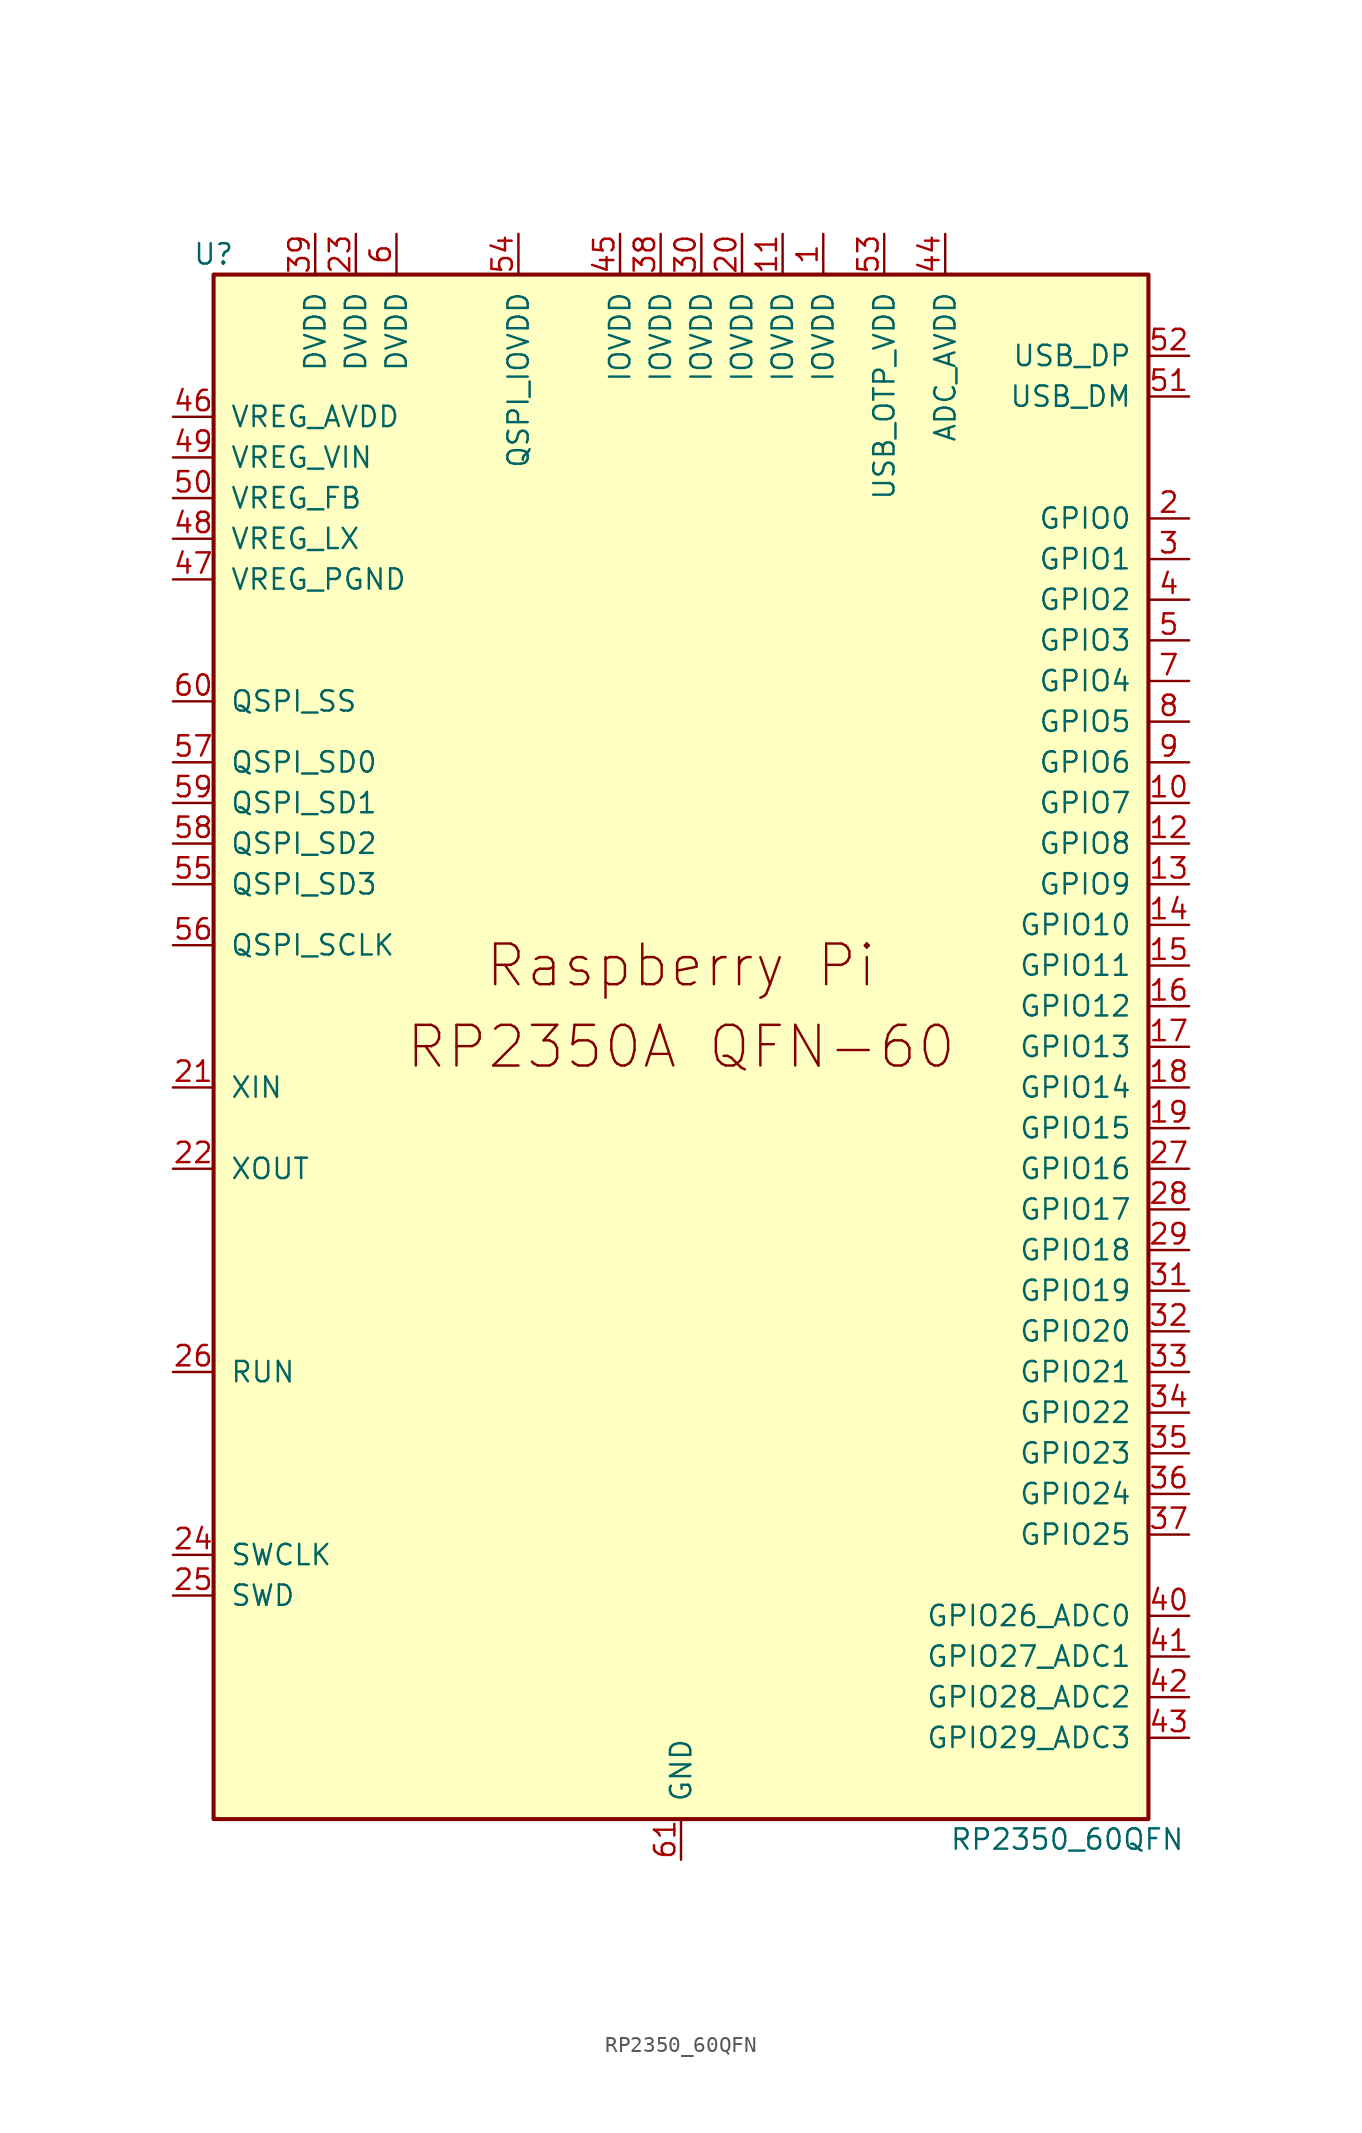
<source format=kicad_sym>
(kicad_symbol_lib
  (version 20220914)
  (generator kicad_symbol_editor)
  (symbol "RP2350_60QFN"
    (pin_names
      (offset 1.016))
    (property "Reference" "U"
      (at -29.21 49.53 0)
      (effects (font (size 1.27 1.27))))
    (property "Value" "RP2350_60QFN"
      (at 24.13 -49.53 0)
      (effects (font (size 1.27 1.27))))
    (symbol "RP2350_60QFN_0_0"
      (text "Raspberry Pi" (at 0 5.08 0) (effects (font (size 2.54 2.54)))))
    (symbol "RP2350_60QFN_0_1"
      (rectangle (start 29.21 48.26) (end -29.21 -48.26) (stroke (width 0.254) (type default)) (fill (type background))))
    (symbol "RP2350_60QFN_1_0"
      (text "RP2350A QFN-60" (at 0 0 0) (effects (font (size 2.54 2.54)))))
    (symbol "RP2350_60QFN_1_1"
      (pin power_in line (at 8.89 50.8 270) (length 2.54) (name "IOVDD" (effects (font (size 1.27 1.27)))) (number "1" (effects (font (size 1.27 1.27)))))
      (pin bidirectional line (at 31.75 15.24 180) (length 2.54) (name "GPIO7" (effects (font (size 1.27 1.27)))) (number "10" (effects (font (size 1.27 1.27)))))
      (pin power_in line (at 6.35 50.8 270) (length 2.54) (name "IOVDD" (effects (font (size 1.27 1.27)))) (number "11" (effects (font (size 1.27 1.27)))))
      (pin bidirectional line (at 31.75 12.7 180) (length 2.54) (name "GPIO8" (effects (font (size 1.27 1.27)))) (number "12" (effects (font (size 1.27 1.27)))))
      (pin bidirectional line (at 31.75 10.16 180) (length 2.54) (name "GPIO9" (effects (font (size 1.27 1.27)))) (number "13" (effects (font (size 1.27 1.27)))))
      (pin bidirectional line (at 31.75 7.62 180) (length 2.54) (name "GPIO10" (effects (font (size 1.27 1.27)))) (number "14" (effects (font (size 1.27 1.27)))))
      (pin bidirectional line (at 31.75 5.08 180) (length 2.54) (name "GPIO11" (effects (font (size 1.27 1.27)))) (number "15" (effects (font (size 1.27 1.27)))))
      (pin bidirectional line (at 31.75 2.54 180) (length 2.54) (name "GPIO12" (effects (font (size 1.27 1.27)))) (number "16" (effects (font (size 1.27 1.27)))))
      (pin bidirectional line (at 31.75 0 180) (length 2.54) (name "GPIO13" (effects (font (size 1.27 1.27)))) (number "17" (effects (font (size 1.27 1.27)))))
      (pin bidirectional line (at 31.75 -2.54 180) (length 2.54) (name "GPIO14" (effects (font (size 1.27 1.27)))) (number "18" (effects (font (size 1.27 1.27)))))
      (pin bidirectional line (at 31.75 -5.08 180) (length 2.54) (name "GPIO15" (effects (font (size 1.27 1.27)))) (number "19" (effects (font (size 1.27 1.27)))))
      (pin bidirectional line (at 31.75 33.02 180) (length 2.54) (name "GPIO0" (effects (font (size 1.27 1.27)))) (number "2" (effects (font (size 1.27 1.27)))))
      (pin power_in line (at 3.81 50.8 270) (length 2.54) (name "IOVDD" (effects (font (size 1.27 1.27)))) (number "20" (effects (font (size 1.27 1.27)))))
      (pin input line (at -31.75 -2.54 0) (length 2.54) (name "XIN" (effects (font (size 1.27 1.27)))) (number "21" (effects (font (size 1.27 1.27)))))
      (pin passive line (at -31.75 -7.62 0) (length 2.54) (name "XOUT" (effects (font (size 1.27 1.27)))) (number "22" (effects (font (size 1.27 1.27)))))
      (pin power_in line (at -20.32 50.8 270) (length 2.54) (name "DVDD" (effects (font (size 1.27 1.27)))) (number "23" (effects (font (size 1.27 1.27)))))
      (pin output line (at -31.75 -31.75 0) (length 2.54) (name "SWCLK" (effects (font (size 1.27 1.27)))) (number "24" (effects (font (size 1.27 1.27)))))
      (pin bidirectional line (at -31.75 -34.29 0) (length 2.54) (name "SWD" (effects (font (size 1.27 1.27)))) (number "25" (effects (font (size 1.27 1.27)))))
      (pin input line (at -31.75 -20.32 0) (length 2.54) (name "RUN" (effects (font (size 1.27 1.27)))) (number "26" (effects (font (size 1.27 1.27)))))
      (pin bidirectional line (at 31.75 -7.62 180) (length 2.54) (name "GPIO16" (effects (font (size 1.27 1.27)))) (number "27" (effects (font (size 1.27 1.27)))))
      (pin bidirectional line (at 31.75 -10.16 180) (length 2.54) (name "GPIO17" (effects (font (size 1.27 1.27)))) (number "28" (effects (font (size 1.27 1.27)))))
      (pin bidirectional line (at 31.75 -12.7 180) (length 2.54) (name "GPIO18" (effects (font (size 1.27 1.27)))) (number "29" (effects (font (size 1.27 1.27)))))
      (pin bidirectional line (at 31.75 30.48 180) (length 2.54) (name "GPIO1" (effects (font (size 1.27 1.27)))) (number "3" (effects (font (size 1.27 1.27)))))
      (pin power_in line (at 1.27 50.8 270) (length 2.54) (name "IOVDD" (effects (font (size 1.27 1.27)))) (number "30" (effects (font (size 1.27 1.27)))))
      (pin bidirectional line (at 31.75 -15.24 180) (length 2.54) (name "GPIO19" (effects (font (size 1.27 1.27)))) (number "31" (effects (font (size 1.27 1.27)))))
      (pin bidirectional line (at 31.75 -17.78 180) (length 2.54) (name "GPIO20" (effects (font (size 1.27 1.27)))) (number "32" (effects (font (size 1.27 1.27)))))
      (pin bidirectional line (at 31.75 -20.32 180) (length 2.54) (name "GPIO21" (effects (font (size 1.27 1.27)))) (number "33" (effects (font (size 1.27 1.27)))))
      (pin bidirectional line (at 31.75 -22.86 180) (length 2.54) (name "GPIO22" (effects (font (size 1.27 1.27)))) (number "34" (effects (font (size 1.27 1.27)))))
      (pin bidirectional line (at 31.75 -25.4 180) (length 2.54) (name "GPIO23" (effects (font (size 1.27 1.27)))) (number "35" (effects (font (size 1.27 1.27)))))
      (pin bidirectional line (at 31.75 -27.94 180) (length 2.54) (name "GPIO24" (effects (font (size 1.27 1.27)))) (number "36" (effects (font (size 1.27 1.27)))))
      (pin bidirectional line (at 31.75 -30.48 180) (length 2.54) (name "GPIO25" (effects (font (size 1.27 1.27)))) (number "37" (effects (font (size 1.27 1.27)))))
      (pin power_in line (at -1.27 50.8 270) (length 2.54) (name "IOVDD" (effects (font (size 1.27 1.27)))) (number "38" (effects (font (size 1.27 1.27)))))
      (pin power_in line (at -22.86 50.8 270) (length 2.54) (name "DVDD" (effects (font (size 1.27 1.27)))) (number "39" (effects (font (size 1.27 1.27)))))
      (pin bidirectional line (at 31.75 27.94 180) (length 2.54) (name "GPIO2" (effects (font (size 1.27 1.27)))) (number "4" (effects (font (size 1.27 1.27)))))
      (pin bidirectional line (at 31.75 -35.56 180) (length 2.54) (name "GPIO26_ADC0" (effects (font (size 1.27 1.27)))) (number "40" (effects (font (size 1.27 1.27)))))
      (pin bidirectional line (at 31.75 -38.1 180) (length 2.54) (name "GPIO27_ADC1" (effects (font (size 1.27 1.27)))) (number "41" (effects (font (size 1.27 1.27)))))
      (pin bidirectional line (at 31.75 -40.64 180) (length 2.54) (name "GPIO28_ADC2" (effects (font (size 1.27 1.27)))) (number "42" (effects (font (size 1.27 1.27)))))
      (pin bidirectional line (at 31.75 -43.18 180) (length 2.54) (name "GPIO29_ADC3" (effects (font (size 1.27 1.27)))) (number "43" (effects (font (size 1.27 1.27)))))
      (pin power_in line (at 16.51 50.8 270) (length 2.54) (name "ADC_AVDD" (effects (font (size 1.27 1.27)))) (number "44" (effects (font (size 1.27 1.27)))))
      (pin power_in line (at -3.81 50.8 270) (length 2.54) (name "IOVDD" (effects (font (size 1.27 1.27)))) (number "45" (effects (font (size 1.27 1.27)))))
      (pin power_in line (at -31.75 39.37 0) (length 2.54) (name "VREG_AVDD" (effects (font (size 1.27 1.27)))) (number "46" (effects (font (size 1.27 1.27)))))
      (pin power_in line (at -31.75 29.21 0) (length 2.54) (name "VREG_PGND" (effects (font (size 1.27 1.27)))) (number "47" (effects (font (size 1.27 1.27)))))
      (pin power_out line (at -31.75 31.75 0) (length 2.54) (name "VREG_LX" (effects (font (size 1.27 1.27)))) (number "48" (effects (font (size 1.27 1.27)))))
      (pin power_in line (at -31.75 36.83 0) (length 2.54) (name "VREG_VIN" (effects (font (size 1.27 1.27)))) (number "49" (effects (font (size 1.27 1.27)))))
      (pin bidirectional line (at 31.75 25.4 180) (length 2.54) (name "GPIO3" (effects (font (size 1.27 1.27)))) (number "5" (effects (font (size 1.27 1.27)))))
      (pin input line (at -31.75 34.29 0) (length 2.54) (name "VREG_FB" (effects (font (size 1.27 1.27)))) (number "50" (effects (font (size 1.27 1.27)))))
      (pin bidirectional line (at 31.75 40.64 180) (length 2.54) (name "USB_DM" (effects (font (size 1.27 1.27)))) (number "51" (effects (font (size 1.27 1.27)))))
      (pin bidirectional line (at 31.75 43.18 180) (length 2.54) (name "USB_DP" (effects (font (size 1.27 1.27)))) (number "52" (effects (font (size 1.27 1.27)))))
      (pin power_in line (at 12.7 50.8 270) (length 2.54) (name "USB_OTP_VDD" (effects (font (size 1.27 1.27)))) (number "53" (effects (font (size 1.27 1.27)))))
      (pin power_in line (at -10.16 50.8 270) (length 2.54) (name "QSPI_IOVDD" (effects (font (size 1.27 1.27)))) (number "54" (effects (font (size 1.27 1.27)))))
      (pin bidirectional line (at -31.75 10.16 0) (length 2.54) (name "QSPI_SD3" (effects (font (size 1.27 1.27)))) (number "55" (effects (font (size 1.27 1.27)))))
      (pin output line (at -31.75 6.35 0) (length 2.54) (name "QSPI_SCLK" (effects (font (size 1.27 1.27)))) (number "56" (effects (font (size 1.27 1.27)))))
      (pin bidirectional line (at -31.75 17.78 0) (length 2.54) (name "QSPI_SD0" (effects (font (size 1.27 1.27)))) (number "57" (effects (font (size 1.27 1.27)))))
      (pin bidirectional line (at -31.75 12.7 0) (length 2.54) (name "QSPI_SD2" (effects (font (size 1.27 1.27)))) (number "58" (effects (font (size 1.27 1.27)))))
      (pin bidirectional line (at -31.75 15.24 0) (length 2.54) (name "QSPI_SD1" (effects (font (size 1.27 1.27)))) (number "59" (effects (font (size 1.27 1.27)))))
      (pin power_in line (at -17.78 50.8 270) (length 2.54) (name "DVDD" (effects (font (size 1.27 1.27)))) (number "6" (effects (font (size 1.27 1.27)))))
      (pin bidirectional line (at -31.75 21.59 0) (length 2.54) (name "QSPI_SS" (effects (font (size 1.27 1.27)))) (number "60" (effects (font (size 1.27 1.27)))))
      (pin power_in line (at 0 -50.8 90) (length 2.54) (name "GND" (effects (font (size 1.27 1.27)))) (number "61" (effects (font (size 1.27 1.27)))))
      (pin bidirectional line (at 31.75 22.86 180) (length 2.54) (name "GPIO4" (effects (font (size 1.27 1.27)))) (number "7" (effects (font (size 1.27 1.27)))))
      (pin bidirectional line (at 31.75 20.32 180) (length 2.54) (name "GPIO5" (effects (font (size 1.27 1.27)))) (number "8" (effects (font (size 1.27 1.27)))))
      (pin bidirectional line (at 31.75 17.78 180) (length 2.54) (name "GPIO6" (effects (font (size 1.27 1.27)))) (number "9" (effects (font (size 1.27 1.27))))))))
</source>
